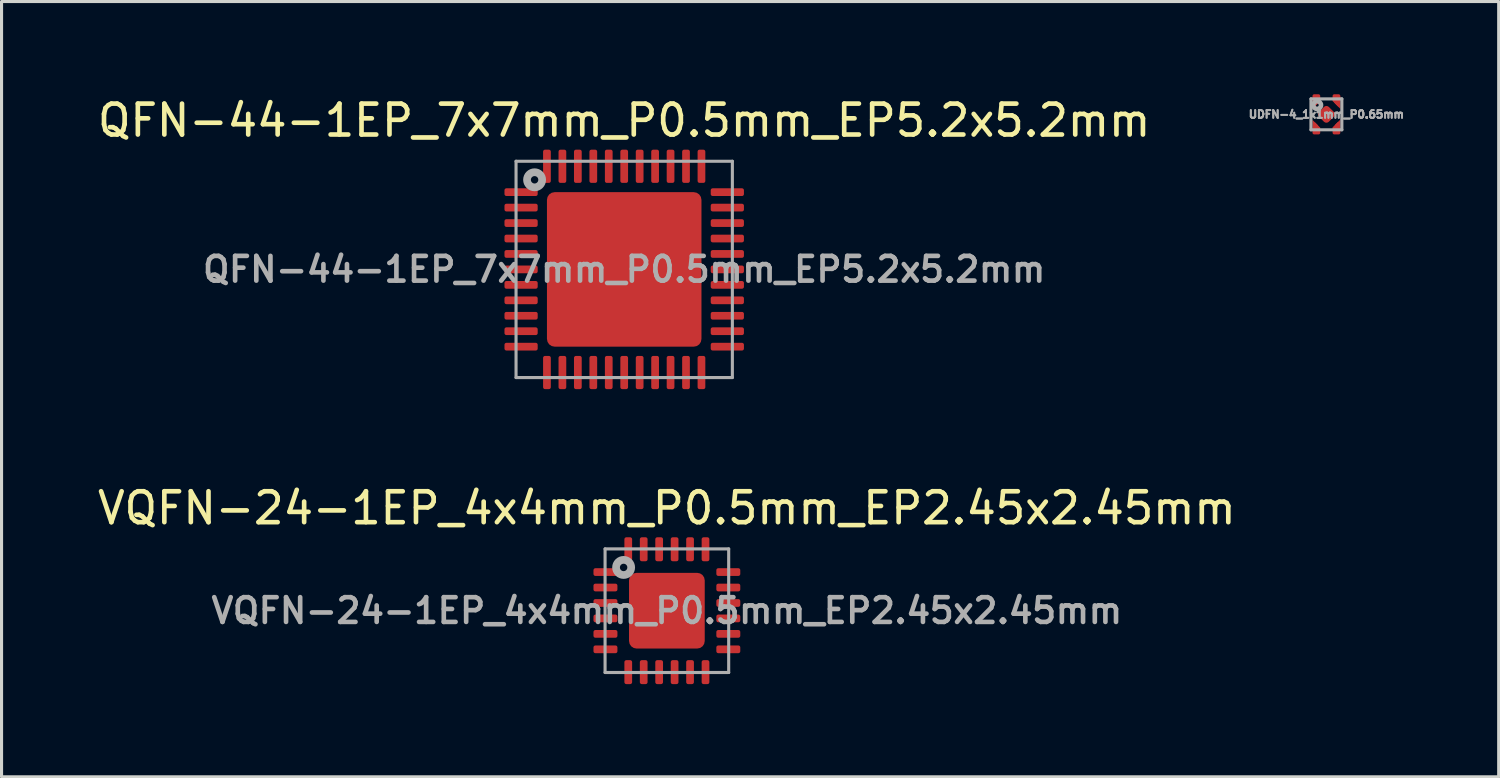
<source format=kicad_pcb>
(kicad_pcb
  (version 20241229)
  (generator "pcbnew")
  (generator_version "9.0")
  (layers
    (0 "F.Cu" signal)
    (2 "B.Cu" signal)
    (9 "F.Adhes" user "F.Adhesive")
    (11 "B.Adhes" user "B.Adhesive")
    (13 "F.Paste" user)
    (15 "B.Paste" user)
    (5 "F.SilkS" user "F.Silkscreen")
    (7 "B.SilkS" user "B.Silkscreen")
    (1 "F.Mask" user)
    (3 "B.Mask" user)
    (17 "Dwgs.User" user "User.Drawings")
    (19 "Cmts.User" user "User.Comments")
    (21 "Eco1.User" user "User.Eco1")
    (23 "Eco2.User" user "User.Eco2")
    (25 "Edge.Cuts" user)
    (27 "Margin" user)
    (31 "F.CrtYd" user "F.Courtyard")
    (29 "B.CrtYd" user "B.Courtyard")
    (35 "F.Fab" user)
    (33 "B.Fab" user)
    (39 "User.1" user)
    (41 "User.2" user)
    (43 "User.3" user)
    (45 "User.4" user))
  (footprint "VQFN-24-1EP_4x4mm_P0.5mm_EP2.45x2.45mm"
    (layer "F.Cu")
    (at 18.53 16.712)
    (property "Reference" "VQFN-24-1EP_4x4mm_P0.5mm_EP2.45x2.45mm" (at 0 -3.32 0) (layer "F.SilkS") (effects (font (size 1 1) (thickness 0.15))))
    (attr smd)
    (fp_line (start -2 -2) (end 2 -2) (stroke (width 0.1) (type solid)) (layer "F.Fab"))
    (fp_line (start -2 2) (end -2 -2) (stroke (width 0.1) (type solid)) (layer "F.Fab"))
    (fp_line (start 2 -2) (end 2 2) (stroke (width 0.1) (type solid)) (layer "F.Fab"))
    (fp_line (start 2 2) (end -2 2) (stroke (width 0.1) (type solid)) (layer "F.Fab"))
    (fp_circle (center -1.4 -1.4) (end -1.28 -1.4) (stroke (width 0.25) (type solid)) (fill no) (layer "F.Fab"))
    (fp_text user "${REFERENCE}" (at 0 0 0) (layer "F.Fab") (effects (font (size 0.8 0.8) (thickness 0.15))))
    (pad "" smd roundrect (at -0.82 -0.82) (size 0.66 0.66) (layers "F.Paste") (roundrect_rratio 0.25))
    (pad "" smd roundrect (at -0.82 0) (size 0.66 0.66) (layers "F.Paste") (roundrect_rratio 0.25))
    (pad "" smd roundrect (at -0.82 0.82) (size 0.66 0.66) (layers "F.Paste") (roundrect_rratio 0.25))
    (pad "" smd roundrect (at 0 -0.82) (size 0.66 0.66) (layers "F.Paste") (roundrect_rratio 0.25))
    (pad "" smd roundrect (at 0 0) (size 0.66 0.66) (layers "F.Paste") (roundrect_rratio 0.25))
    (pad "" smd roundrect (at 0 0.82) (size 0.66 0.66) (layers "F.Paste") (roundrect_rratio 0.25))
    (pad "" smd roundrect (at 0.82 -0.82) (size 0.66 0.66) (layers "F.Paste") (roundrect_rratio 0.25))
    (pad "" smd roundrect (at 0.82 0) (size 0.66 0.66) (layers "F.Paste") (roundrect_rratio 0.25))
    (pad "" smd roundrect (at 0.82 0.82) (size 0.66 0.66) (layers "F.Paste") (roundrect_rratio 0.25))
    (pad "1" smd roundrect (at -1.988 -1.25) (size 0.775 0.25) (layers "F.Cu" "F.Mask" "F.Paste") (roundrect_rratio 0.25))
    (pad "2" smd roundrect (at -1.988 -0.75) (size 0.775 0.25) (layers "F.Cu" "F.Mask" "F.Paste") (roundrect_rratio 0.25))
    (pad "3" smd roundrect (at -1.988 -0.25) (size 0.775 0.25) (layers "F.Cu" "F.Mask" "F.Paste") (roundrect_rratio 0.25))
    (pad "4" smd roundrect (at -1.988 0.25) (size 0.775 0.25) (layers "F.Cu" "F.Mask" "F.Paste") (roundrect_rratio 0.25))
    (pad "5" smd roundrect (at -1.988 0.75) (size 0.775 0.25) (layers "F.Cu" "F.Mask" "F.Paste") (roundrect_rratio 0.25))
    (pad "6" smd roundrect (at -1.988 1.25) (size 0.775 0.25) (layers "F.Cu" "F.Mask" "F.Paste") (roundrect_rratio 0.25))
    (pad "7" smd roundrect (at -1.25 1.988) (size 0.25 0.775) (layers "F.Cu" "F.Mask" "F.Paste") (roundrect_rratio 0.25))
    (pad "8" smd roundrect (at -0.75 1.988) (size 0.25 0.775) (layers "F.Cu" "F.Mask" "F.Paste") (roundrect_rratio 0.25))
    (pad "9" smd roundrect (at -0.25 1.988) (size 0.25 0.775) (layers "F.Cu" "F.Mask" "F.Paste") (roundrect_rratio 0.25))
    (pad "10" smd roundrect (at 0.25 1.988) (size 0.25 0.775) (layers "F.Cu" "F.Mask" "F.Paste") (roundrect_rratio 0.25))
    (pad "11" smd roundrect (at 0.75 1.988) (size 0.25 0.775) (layers "F.Cu" "F.Mask" "F.Paste") (roundrect_rratio 0.25))
    (pad "12" smd roundrect (at 1.25 1.988) (size 0.25 0.775) (layers "F.Cu" "F.Mask" "F.Paste") (roundrect_rratio 0.25))
    (pad "13" smd roundrect (at 1.988 1.25) (size 0.775 0.25) (layers "F.Cu" "F.Mask" "F.Paste") (roundrect_rratio 0.25))
    (pad "14" smd roundrect (at 1.988 0.75) (size 0.775 0.25) (layers "F.Cu" "F.Mask" "F.Paste") (roundrect_rratio 0.25))
    (pad "15" smd roundrect (at 1.988 0.25) (size 0.775 0.25) (layers "F.Cu" "F.Mask" "F.Paste") (roundrect_rratio 0.25))
    (pad "16" smd roundrect (at 1.988 -0.25) (size 0.775 0.25) (layers "F.Cu" "F.Mask" "F.Paste") (roundrect_rratio 0.25))
    (pad "17" smd roundrect (at 1.988 -0.75) (size 0.775 0.25) (layers "F.Cu" "F.Mask" "F.Paste") (roundrect_rratio 0.25))
    (pad "18" smd roundrect (at 1.988 -1.25) (size 0.775 0.25) (layers "F.Cu" "F.Mask" "F.Paste") (roundrect_rratio 0.25))
    (pad "19" smd roundrect (at 1.25 -1.988) (size 0.25 0.775) (layers "F.Cu" "F.Mask" "F.Paste") (roundrect_rratio 0.25))
    (pad "20" smd roundrect (at 0.75 -1.988) (size 0.25 0.775) (layers "F.Cu" "F.Mask" "F.Paste") (roundrect_rratio 0.25))
    (pad "21" smd roundrect (at 0.25 -1.988) (size 0.25 0.775) (layers "F.Cu" "F.Mask" "F.Paste") (roundrect_rratio 0.25))
    (pad "22" smd roundrect (at -0.25 -1.988) (size 0.25 0.775) (layers "F.Cu" "F.Mask" "F.Paste") (roundrect_rratio 0.25))
    (pad "23" smd roundrect (at -0.75 -1.988) (size 0.25 0.775) (layers "F.Cu" "F.Mask" "F.Paste") (roundrect_rratio 0.25))
    (pad "24" smd roundrect (at -1.25 -1.988) (size 0.25 0.775) (layers "F.Cu" "F.Mask" "F.Paste") (roundrect_rratio 0.25))
    (pad "25" smd roundrect (at 0 0) (size 2.45 2.45) (layers "F.Cu" "F.Mask") (roundrect_rratio 0.1)))
  (footprint "UDFN-4_1x1mm_P0.65mm"
    (layer "F.Cu")
    (at 39.872 0.65)
    (property "Reference" "UDFN-4_1x1mm_P0.65mm" (at 0 0 0) (layer "F.Fab") (effects (font (size 0.25 0.25) (thickness 0.062))))
    (attr smd)
    (fp_line (start -0.5 -0.5) (end 0.5 -0.5) (stroke (width 0.1) (type solid)) (layer "F.Fab"))
    (fp_line (start -0.5 0.5) (end -0.5 -0.5) (stroke (width 0.1) (type solid)) (layer "F.Fab"))
    (fp_line (start 0.5 -0.5) (end 0.5 0.5) (stroke (width 0.1) (type solid)) (layer "F.Fab"))
    (fp_line (start 0.5 0.5) (end -0.5 0.5) (stroke (width 0.1) (type solid)) (layer "F.Fab"))
    (fp_circle (center -0.3 -0.3) (end -0.3 -0.25) (stroke (width 0.15) (type solid)) (fill no) (layer "F.Fab"))
    (fp_text user "${REFERENCE}" (at 0 0 0) (layer "F.Fab") (effects (font (size 0.25 0.25) (thickness 0.062))))
    (pad "1" smd rect (at 0.25 -0.48 180) (size 0.1 0.1) (layers "F.Cu" "F.Mask" "F.Paste"))
    (pad "1" smd trapezoid (at 0.3 -0.43 90) (size 0.2 0.2) (rect_delta 0 0.2) (layers "F.Cu" "F.Mask" "F.Paste"))
    (pad "1" smd roundrect (at 0.325 -0.54 180) (size 0.25 0.22) (layers "F.Cu" "F.Mask" "F.Paste") (roundrect_rratio 0.25))
    (pad "1" smd trapezoid (at 0.35 -0.38 90) (size 0.2 0.2) (rect_delta 0 0.2) (layers "F.Cu" "F.Mask" "F.Paste"))
    (pad "2" smd trapezoid (at -0.36 -0.36) (size 0.18 0.18) (rect_delta 0.18 0) (layers "F.Cu" "F.Mask" "F.Paste"))
    (pad "2" smd roundrect (at -0.325 -0.54 180) (size 0.25 0.22) (layers "F.Cu" "F.Mask" "F.Paste") (roundrect_rratio 0.25))
    (pad "2" smd trapezoid (at -0.29 -0.43) (size 0.18 0.18) (rect_delta 0.18 0) (layers "F.Cu" "F.Mask" "F.Paste"))
    (pad "2" smd rect (at -0.25 -0.48 180) (size 0.1 0.1) (layers "F.Cu" "F.Mask" "F.Paste"))
    (pad "3" smd trapezoid (at -0.36 0.36 270) (size 0.18 0.18) (rect_delta 0 0.18) (layers "F.Cu" "F.Mask" "F.Paste"))
    (pad "3" smd roundrect (at -0.325 0.54 180) (size 0.25 0.22) (layers "F.Cu" "F.Mask" "F.Paste") (roundrect_rratio 0.25))
    (pad "3" smd trapezoid (at -0.29 0.43 270) (size 0.18 0.18) (rect_delta 0 0.18) (layers "F.Cu" "F.Mask" "F.Paste"))
    (pad "3" smd rect (at -0.25 0.48 180) (size 0.1 0.1) (layers "F.Cu" "F.Mask" "F.Paste"))
    (pad "4" smd rect (at 0.25 0.47 180) (size 0.1 0.1) (layers "F.Cu" "F.Mask" "F.Paste"))
    (pad "4" smd trapezoid (at 0.29 0.42 180) (size 0.18 0.18) (rect_delta 0.18 0) (layers "F.Cu" "F.Mask" "F.Paste"))
    (pad "4" smd roundrect (at 0.325 0.54 180) (size 0.25 0.22) (layers "F.Cu" "F.Mask" "F.Paste") (roundrect_rratio 0.25))
    (pad "4" smd trapezoid (at 0.36 0.35 180) (size 0.18 0.18) (rect_delta 0.18 0) (layers "F.Cu" "F.Mask" "F.Paste"))
    (pad "5" smd roundrect (at 0 0 225) (size 0.45 0.45) (layers "F.Cu" "F.Mask" "F.Paste") (roundrect_rratio 0.25)))
  (footprint "QFN-44-1EP_7x7mm_P0.5mm_EP5.2x5.2mm"
    (layer "F.Cu")
    (at 17.149 5.668)
    (property "Reference" "QFN-44-1EP_7x7mm_P0.5mm_EP5.2x5.2mm" (at 0 -4.82 0) (layer "F.SilkS") (effects (font (size 1 1) (thickness 0.15))))
    (attr smd)
    (fp_line (start -3.5 -3.5) (end 3.5 -3.5) (stroke (width 0.1) (type solid)) (layer "F.Fab"))
    (fp_line (start -3.5 3.5) (end -3.5 -3.5) (stroke (width 0.1) (type solid)) (layer "F.Fab"))
    (fp_line (start 3.5 -3.5) (end 3.5 3.5) (stroke (width 0.1) (type solid)) (layer "F.Fab"))
    (fp_line (start 3.5 3.5) (end -3.5 3.5) (stroke (width 0.1) (type solid)) (layer "F.Fab"))
    (fp_circle (center -2.9 -2.9) (end -2.78 -2.9) (stroke (width 0.25) (type solid)) (fill no) (layer "F.Fab"))
    (fp_text user "${REFERENCE}" (at 0 0 0) (layer "F.Fab") (effects (font (size 0.8 0.8) (thickness 0.15))))
    (pad "" smd roundrect (at -1.8 -1.8) (size 1.05 1.05) (layers "F.Paste") (roundrect_rratio 0.238))
    (pad "" smd roundrect (at -1.8 -0.6) (size 1.05 1.05) (layers "F.Paste") (roundrect_rratio 0.238))
    (pad "" smd roundrect (at -1.8 0.6) (size 1.05 1.05) (layers "F.Paste") (roundrect_rratio 0.238))
    (pad "" smd roundrect (at -1.8 1.8) (size 1.05 1.05) (layers "F.Paste") (roundrect_rratio 0.238))
    (pad "" smd roundrect (at -0.6 -1.8) (size 1.05 1.05) (layers "F.Paste") (roundrect_rratio 0.238))
    (pad "" smd roundrect (at -0.6 -0.6) (size 1.05 1.05) (layers "F.Paste") (roundrect_rratio 0.238))
    (pad "" smd roundrect (at -0.6 0.6) (size 1.05 1.05) (layers "F.Paste") (roundrect_rratio 0.238))
    (pad "" smd roundrect (at -0.6 1.8) (size 1.05 1.05) (layers "F.Paste") (roundrect_rratio 0.238))
    (pad "" smd roundrect (at 0.6 -1.8) (size 1.05 1.05) (layers "F.Paste") (roundrect_rratio 0.238))
    (pad "" smd roundrect (at 0.6 -0.6) (size 1.05 1.05) (layers "F.Paste") (roundrect_rratio 0.238))
    (pad "" smd roundrect (at 0.6 0.6) (size 1.05 1.05) (layers "F.Paste") (roundrect_rratio 0.238))
    (pad "" smd roundrect (at 0.6 1.8) (size 1.05 1.05) (layers "F.Paste") (roundrect_rratio 0.238))
    (pad "" smd roundrect (at 1.8 -1.8) (size 1.05 1.05) (layers "F.Paste") (roundrect_rratio 0.238))
    (pad "" smd roundrect (at 1.8 -0.6) (size 1.05 1.05) (layers "F.Paste") (roundrect_rratio 0.238))
    (pad "" smd roundrect (at 1.8 0.6) (size 1.05 1.05) (layers "F.Paste") (roundrect_rratio 0.238))
    (pad "" smd roundrect (at 1.8 1.8) (size 1.05 1.05) (layers "F.Paste") (roundrect_rratio 0.238))
    (pad "1" smd roundrect (at -3.337 -2.5) (size 1.075 0.25) (layers "F.Cu" "F.Mask" "F.Paste") (roundrect_rratio 0.25))
    (pad "2" smd roundrect (at -3.337 -2) (size 1.075 0.25) (layers "F.Cu" "F.Mask" "F.Paste") (roundrect_rratio 0.25))
    (pad "3" smd roundrect (at -3.337 -1.5) (size 1.075 0.25) (layers "F.Cu" "F.Mask" "F.Paste") (roundrect_rratio 0.25))
    (pad "4" smd roundrect (at -3.337 -1) (size 1.075 0.25) (layers "F.Cu" "F.Mask" "F.Paste") (roundrect_rratio 0.25))
    (pad "5" smd roundrect (at -3.337 -0.5) (size 1.075 0.25) (layers "F.Cu" "F.Mask" "F.Paste") (roundrect_rratio 0.25))
    (pad "6" smd roundrect (at -3.337 0) (size 1.075 0.25) (layers "F.Cu" "F.Mask" "F.Paste") (roundrect_rratio 0.25))
    (pad "7" smd roundrect (at -3.337 0.5) (size 1.075 0.25) (layers "F.Cu" "F.Mask" "F.Paste") (roundrect_rratio 0.25))
    (pad "8" smd roundrect (at -3.337 1) (size 1.075 0.25) (layers "F.Cu" "F.Mask" "F.Paste") (roundrect_rratio 0.25))
    (pad "9" smd roundrect (at -3.337 1.5) (size 1.075 0.25) (layers "F.Cu" "F.Mask" "F.Paste") (roundrect_rratio 0.25))
    (pad "10" smd roundrect (at -3.337 2) (size 1.075 0.25) (layers "F.Cu" "F.Mask" "F.Paste") (roundrect_rratio 0.25))
    (pad "11" smd roundrect (at -3.337 2.5) (size 1.075 0.25) (layers "F.Cu" "F.Mask" "F.Paste") (roundrect_rratio 0.25))
    (pad "12" smd roundrect (at -2.5 3.337) (size 0.25 1.075) (layers "F.Cu" "F.Mask" "F.Paste") (roundrect_rratio 0.25))
    (pad "13" smd roundrect (at -2 3.337) (size 0.25 1.075) (layers "F.Cu" "F.Mask" "F.Paste") (roundrect_rratio 0.25))
    (pad "14" smd roundrect (at -1.5 3.337) (size 0.25 1.075) (layers "F.Cu" "F.Mask" "F.Paste") (roundrect_rratio 0.25))
    (pad "15" smd roundrect (at -1 3.337) (size 0.25 1.075) (layers "F.Cu" "F.Mask" "F.Paste") (roundrect_rratio 0.25))
    (pad "16" smd roundrect (at -0.5 3.337) (size 0.25 1.075) (layers "F.Cu" "F.Mask" "F.Paste") (roundrect_rratio 0.25))
    (pad "17" smd roundrect (at 0 3.337) (size 0.25 1.075) (layers "F.Cu" "F.Mask" "F.Paste") (roundrect_rratio 0.25))
    (pad "18" smd roundrect (at 0.5 3.337) (size 0.25 1.075) (layers "F.Cu" "F.Mask" "F.Paste") (roundrect_rratio 0.25))
    (pad "19" smd roundrect (at 1 3.337) (size 0.25 1.075) (layers "F.Cu" "F.Mask" "F.Paste") (roundrect_rratio 0.25))
    (pad "20" smd roundrect (at 1.5 3.337) (size 0.25 1.075) (layers "F.Cu" "F.Mask" "F.Paste") (roundrect_rratio 0.25))
    (pad "21" smd roundrect (at 2 3.337) (size 0.25 1.075) (layers "F.Cu" "F.Mask" "F.Paste") (roundrect_rratio 0.25))
    (pad "22" smd roundrect (at 2.5 3.337) (size 0.25 1.075) (layers "F.Cu" "F.Mask" "F.Paste") (roundrect_rratio 0.25))
    (pad "23" smd roundrect (at 3.337 2.5) (size 1.075 0.25) (layers "F.Cu" "F.Mask" "F.Paste") (roundrect_rratio 0.25))
    (pad "24" smd roundrect (at 3.337 2) (size 1.075 0.25) (layers "F.Cu" "F.Mask" "F.Paste") (roundrect_rratio 0.25))
    (pad "25" smd roundrect (at 3.337 1.5) (size 1.075 0.25) (layers "F.Cu" "F.Mask" "F.Paste") (roundrect_rratio 0.25))
    (pad "26" smd roundrect (at 3.337 1) (size 1.075 0.25) (layers "F.Cu" "F.Mask" "F.Paste") (roundrect_rratio 0.25))
    (pad "27" smd roundrect (at 3.337 0.5) (size 1.075 0.25) (layers "F.Cu" "F.Mask" "F.Paste") (roundrect_rratio 0.25))
    (pad "28" smd roundrect (at 3.337 0) (size 1.075 0.25) (layers "F.Cu" "F.Mask" "F.Paste") (roundrect_rratio 0.25))
    (pad "29" smd roundrect (at 3.337 -0.5) (size 1.075 0.25) (layers "F.Cu" "F.Mask" "F.Paste") (roundrect_rratio 0.25))
    (pad "30" smd roundrect (at 3.337 -1) (size 1.075 0.25) (layers "F.Cu" "F.Mask" "F.Paste") (roundrect_rratio 0.25))
    (pad "31" smd roundrect (at 3.337 -1.5) (size 1.075 0.25) (layers "F.Cu" "F.Mask" "F.Paste") (roundrect_rratio 0.25))
    (pad "32" smd roundrect (at 3.337 -2) (size 1.075 0.25) (layers "F.Cu" "F.Mask" "F.Paste") (roundrect_rratio 0.25))
    (pad "33" smd roundrect (at 3.337 -2.5) (size 1.075 0.25) (layers "F.Cu" "F.Mask" "F.Paste") (roundrect_rratio 0.25))
    (pad "34" smd roundrect (at 2.5 -3.337) (size 0.25 1.075) (layers "F.Cu" "F.Mask" "F.Paste") (roundrect_rratio 0.25))
    (pad "35" smd roundrect (at 2 -3.337) (size 0.25 1.075) (layers "F.Cu" "F.Mask" "F.Paste") (roundrect_rratio 0.25))
    (pad "36" smd roundrect (at 1.5 -3.337) (size 0.25 1.075) (layers "F.Cu" "F.Mask" "F.Paste") (roundrect_rratio 0.25))
    (pad "37" smd roundrect (at 1 -3.337) (size 0.25 1.075) (layers "F.Cu" "F.Mask" "F.Paste") (roundrect_rratio 0.25))
    (pad "38" smd roundrect (at 0.5 -3.337) (size 0.25 1.075) (layers "F.Cu" "F.Mask" "F.Paste") (roundrect_rratio 0.25))
    (pad "39" smd roundrect (at 0 -3.337) (size 0.25 1.075) (layers "F.Cu" "F.Mask" "F.Paste") (roundrect_rratio 0.25))
    (pad "40" smd roundrect (at -0.5 -3.337) (size 0.25 1.075) (layers "F.Cu" "F.Mask" "F.Paste") (roundrect_rratio 0.25))
    (pad "41" smd roundrect (at -1 -3.337) (size 0.25 1.075) (layers "F.Cu" "F.Mask" "F.Paste") (roundrect_rratio 0.25))
    (pad "42" smd roundrect (at -1.5 -3.337) (size 0.25 1.075) (layers "F.Cu" "F.Mask" "F.Paste") (roundrect_rratio 0.25))
    (pad "43" smd roundrect (at -2 -3.337) (size 0.25 1.075) (layers "F.Cu" "F.Mask" "F.Paste") (roundrect_rratio 0.25))
    (pad "44" smd roundrect (at -2.5 -3.337) (size 0.25 1.075) (layers "F.Cu" "F.Mask" "F.Paste") (roundrect_rratio 0.25))
    (pad "45" smd roundrect (at 0 0) (size 5 5) (layers "F.Cu" "F.Mask") (roundrect_rratio 0.05)))
  (gr_rect
    (start -3 -3)
    (end 45.447 22.087)
    (stroke (width 0.1) (type default))
    (fill no)
    (layer "Edge.Cuts")))
</source>
